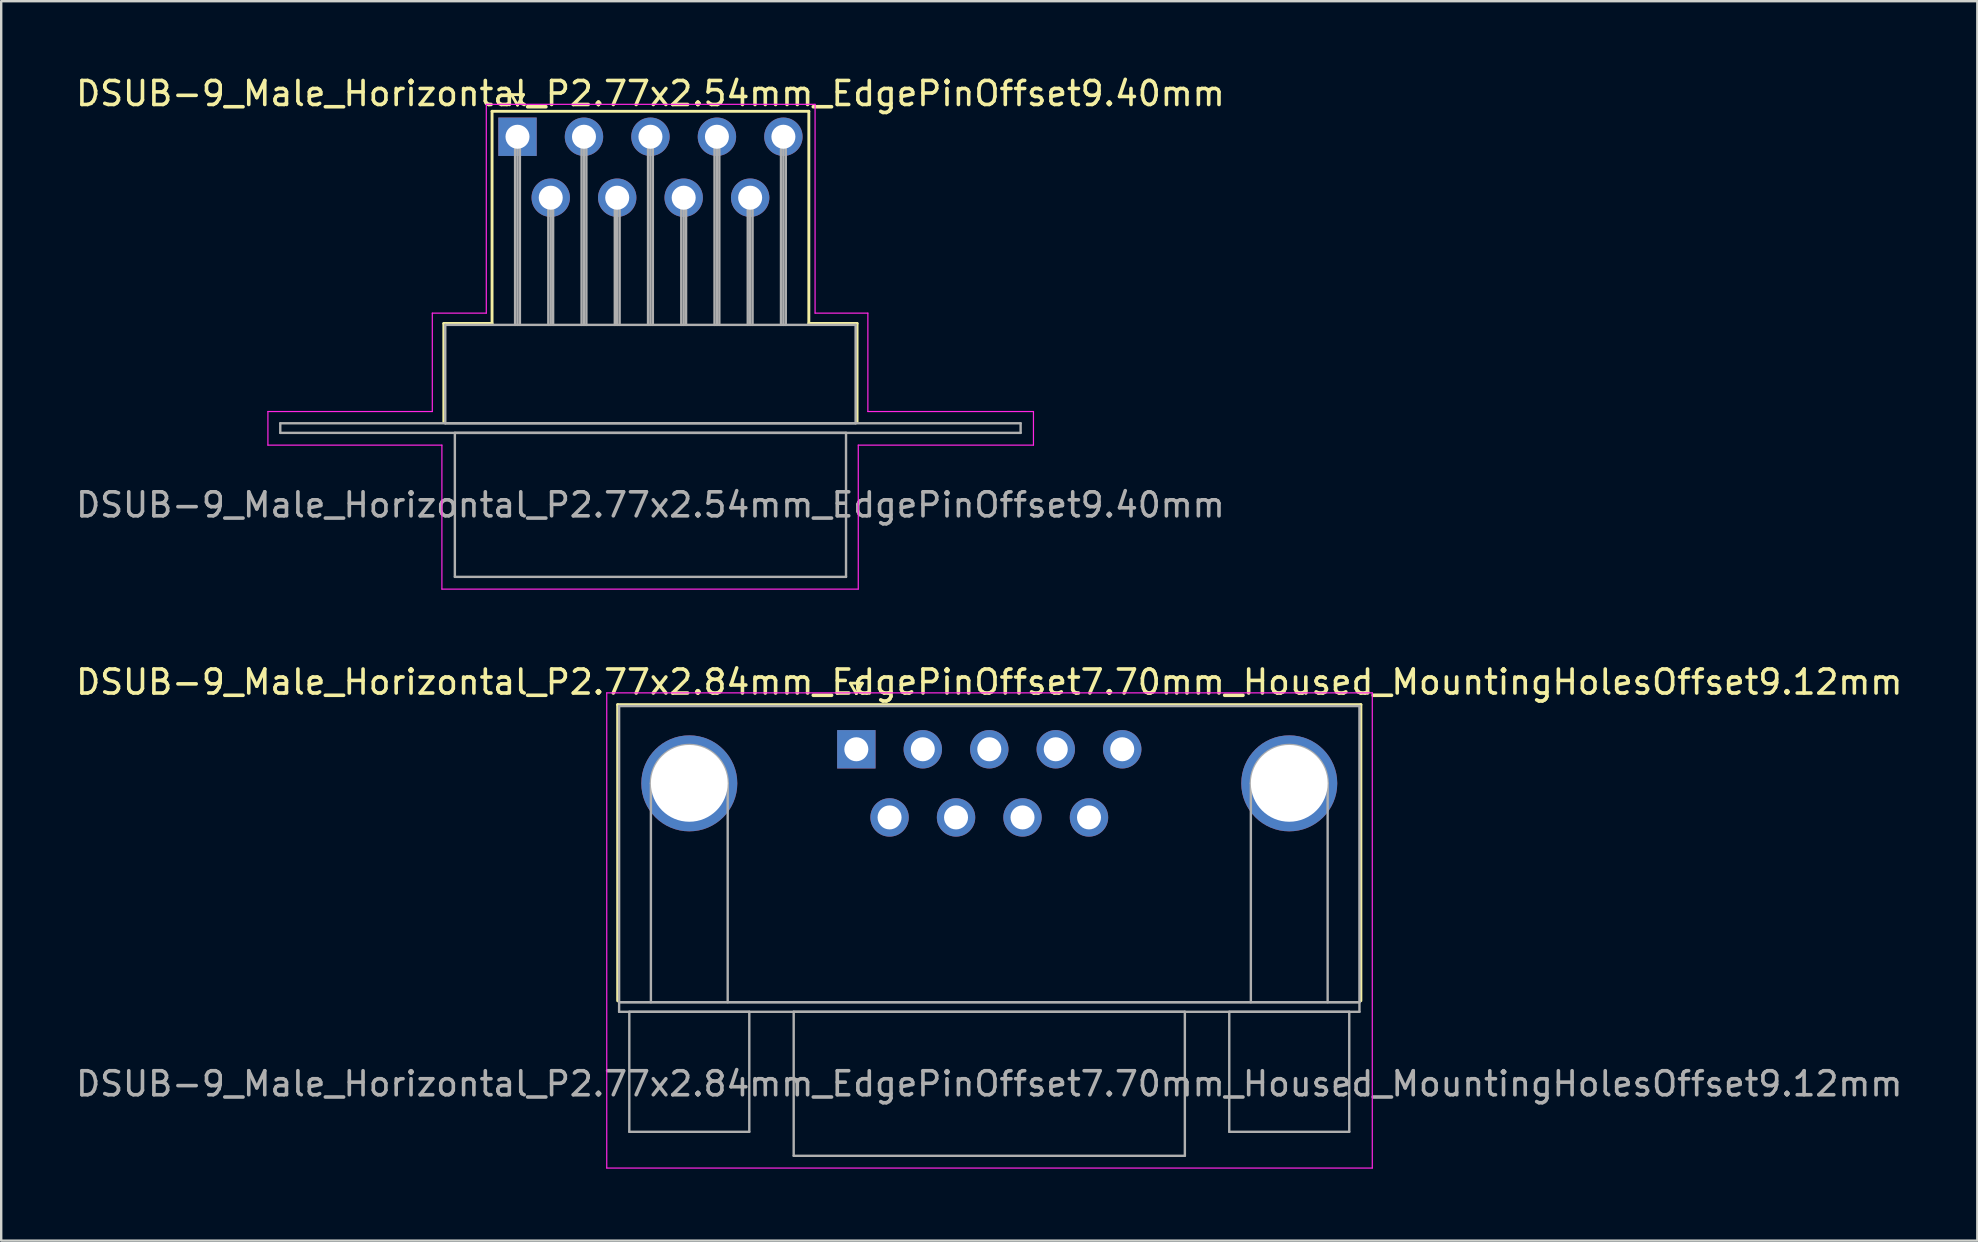
<source format=kicad_pcb>
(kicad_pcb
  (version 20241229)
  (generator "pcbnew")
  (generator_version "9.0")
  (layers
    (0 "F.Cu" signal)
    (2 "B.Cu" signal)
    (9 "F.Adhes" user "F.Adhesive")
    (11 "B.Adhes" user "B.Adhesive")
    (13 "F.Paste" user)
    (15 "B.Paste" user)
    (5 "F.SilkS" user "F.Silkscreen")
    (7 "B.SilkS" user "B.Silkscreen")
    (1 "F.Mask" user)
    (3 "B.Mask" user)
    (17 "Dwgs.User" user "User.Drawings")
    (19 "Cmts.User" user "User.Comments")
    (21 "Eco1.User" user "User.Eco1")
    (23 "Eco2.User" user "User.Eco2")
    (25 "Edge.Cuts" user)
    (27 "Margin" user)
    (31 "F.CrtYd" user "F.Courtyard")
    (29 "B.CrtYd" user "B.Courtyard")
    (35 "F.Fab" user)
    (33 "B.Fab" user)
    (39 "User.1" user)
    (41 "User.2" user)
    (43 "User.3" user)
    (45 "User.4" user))
  (footprint "DSUB-9_Male_Horizontal_P2.77x2.54mm_EdgePinOffset9.40mm"
    (layer "F.Cu")
    (at 18.514 2.648)
    (property "Reference" "DSUB-9_Male_Horizontal_P2.77x2.54mm_EdgePinOffset9.40mm" (at 5.54 -1.8 0) (layer "F.SilkS") (effects (font (size 1 1) (thickness 0.15))))
    (attr through_hole)
    (fp_line (start -3.07 7.78) (end -1.06 7.78) (stroke (width 0.12) (type solid)) (layer "F.SilkS"))
    (fp_line (start -3.07 11.88) (end -3.07 7.78) (stroke (width 0.12) (type solid)) (layer "F.SilkS"))
    (fp_line (start -1.06 -1.06) (end 12.14 -1.06) (stroke (width 0.12) (type solid)) (layer "F.SilkS"))
    (fp_line (start -1.06 7.78) (end -1.06 -1.06) (stroke (width 0.12) (type solid)) (layer "F.SilkS"))
    (fp_line (start -0.25 -1.754) (end 0.25 -1.754) (stroke (width 0.12) (type solid)) (layer "F.SilkS"))
    (fp_line (start 0 -1.321) (end -0.25 -1.754) (stroke (width 0.12) (type solid)) (layer "F.SilkS"))
    (fp_line (start 0.25 -1.754) (end 0 -1.321) (stroke (width 0.12) (type solid)) (layer "F.SilkS"))
    (fp_line (start 12.14 -1.06) (end 12.14 7.78) (stroke (width 0.12) (type solid)) (layer "F.SilkS"))
    (fp_line (start 12.14 7.78) (end 14.15 7.78) (stroke (width 0.12) (type solid)) (layer "F.SilkS"))
    (fp_line (start 14.15 7.78) (end 14.15 11.88) (stroke (width 0.12) (type solid)) (layer "F.SilkS"))
    (fp_line (start -10.4 11.45) (end -3.55 11.45) (stroke (width 0.05) (type solid)) (layer "F.CrtYd"))
    (fp_line (start -10.4 12.85) (end -10.4 11.45) (stroke (width 0.05) (type solid)) (layer "F.CrtYd"))
    (fp_line (start -3.55 7.35) (end -1.3 7.35) (stroke (width 0.05) (type solid)) (layer "F.CrtYd"))
    (fp_line (start -3.55 11.45) (end -3.55 7.35) (stroke (width 0.05) (type solid)) (layer "F.CrtYd"))
    (fp_line (start -3.15 12.85) (end -10.4 12.85) (stroke (width 0.05) (type solid)) (layer "F.CrtYd"))
    (fp_line (start -3.15 18.85) (end -3.15 12.85) (stroke (width 0.05) (type solid)) (layer "F.CrtYd"))
    (fp_line (start -1.3 -1.35) (end 12.4 -1.35) (stroke (width 0.05) (type solid)) (layer "F.CrtYd"))
    (fp_line (start -1.3 7.35) (end -1.3 -1.35) (stroke (width 0.05) (type solid)) (layer "F.CrtYd"))
    (fp_line (start 12.4 -1.35) (end 12.4 7.35) (stroke (width 0.05) (type solid)) (layer "F.CrtYd"))
    (fp_line (start 12.4 7.35) (end 14.6 7.35) (stroke (width 0.05) (type solid)) (layer "F.CrtYd"))
    (fp_line (start 14.2 12.85) (end 14.2 18.85) (stroke (width 0.05) (type solid)) (layer "F.CrtYd"))
    (fp_line (start 14.2 18.85) (end -3.15 18.85) (stroke (width 0.05) (type solid)) (layer "F.CrtYd"))
    (fp_line (start 14.6 7.35) (end 14.6 11.45) (stroke (width 0.05) (type solid)) (layer "F.CrtYd"))
    (fp_line (start 14.6 11.45) (end 21.5 11.45) (stroke (width 0.05) (type solid)) (layer "F.CrtYd"))
    (fp_line (start 21.5 11.45) (end 21.5 12.85) (stroke (width 0.05) (type solid)) (layer "F.CrtYd"))
    (fp_line (start 21.5 12.85) (end 14.2 12.85) (stroke (width 0.05) (type solid)) (layer "F.CrtYd"))
    (fp_line (start -9.885 11.94) (end -9.885 12.34) (stroke (width 0.1) (type solid)) (layer "F.Fab"))
    (fp_line (start -9.885 12.34) (end 20.965 12.34) (stroke (width 0.1) (type solid)) (layer "F.Fab"))
    (fp_line (start -3.01 7.84) (end -3.01 11.94) (stroke (width 0.1) (type solid)) (layer "F.Fab"))
    (fp_line (start -3.01 11.94) (end 14.09 11.94) (stroke (width 0.1) (type solid)) (layer "F.Fab"))
    (fp_line (start -2.61 12.34) (end -2.61 18.34) (stroke (width 0.1) (type solid)) (layer "F.Fab"))
    (fp_line (start -2.61 18.34) (end 13.69 18.34) (stroke (width 0.1) (type solid)) (layer "F.Fab"))
    (fp_line (start -0.1 0) (end -0.1 7.84) (stroke (width 0.1) (type solid)) (layer "F.Fab"))
    (fp_line (start 0 0) (end 0 7.84) (stroke (width 0.1) (type solid)) (layer "F.Fab"))
    (fp_line (start 0.1 0) (end 0.1 7.84) (stroke (width 0.1) (type solid)) (layer "F.Fab"))
    (fp_line (start 1.285 2.54) (end 1.285 7.84) (stroke (width 0.1) (type solid)) (layer "F.Fab"))
    (fp_line (start 1.385 2.54) (end 1.385 7.84) (stroke (width 0.1) (type solid)) (layer "F.Fab"))
    (fp_line (start 1.485 2.54) (end 1.485 7.84) (stroke (width 0.1) (type solid)) (layer "F.Fab"))
    (fp_line (start 2.67 0) (end 2.67 7.84) (stroke (width 0.1) (type solid)) (layer "F.Fab"))
    (fp_line (start 2.77 0) (end 2.77 7.84) (stroke (width 0.1) (type solid)) (layer "F.Fab"))
    (fp_line (start 2.87 0) (end 2.87 7.84) (stroke (width 0.1) (type solid)) (layer "F.Fab"))
    (fp_line (start 4.055 2.54) (end 4.055 7.84) (stroke (width 0.1) (type solid)) (layer "F.Fab"))
    (fp_line (start 4.155 2.54) (end 4.155 7.84) (stroke (width 0.1) (type solid)) (layer "F.Fab"))
    (fp_line (start 4.255 2.54) (end 4.255 7.84) (stroke (width 0.1) (type solid)) (layer "F.Fab"))
    (fp_line (start 5.44 0) (end 5.44 7.84) (stroke (width 0.1) (type solid)) (layer "F.Fab"))
    (fp_line (start 5.54 0) (end 5.54 7.84) (stroke (width 0.1) (type solid)) (layer "F.Fab"))
    (fp_line (start 5.64 0) (end 5.64 7.84) (stroke (width 0.1) (type solid)) (layer "F.Fab"))
    (fp_line (start 6.825 2.54) (end 6.825 7.84) (stroke (width 0.1) (type solid)) (layer "F.Fab"))
    (fp_line (start 6.925 2.54) (end 6.925 7.84) (stroke (width 0.1) (type solid)) (layer "F.Fab"))
    (fp_line (start 7.025 2.54) (end 7.025 7.84) (stroke (width 0.1) (type solid)) (layer "F.Fab"))
    (fp_line (start 8.21 0) (end 8.21 7.84) (stroke (width 0.1) (type solid)) (layer "F.Fab"))
    (fp_line (start 8.31 0) (end 8.31 7.84) (stroke (width 0.1) (type solid)) (layer "F.Fab"))
    (fp_line (start 8.41 0) (end 8.41 7.84) (stroke (width 0.1) (type solid)) (layer "F.Fab"))
    (fp_line (start 9.595 2.54) (end 9.595 7.84) (stroke (width 0.1) (type solid)) (layer "F.Fab"))
    (fp_line (start 9.695 2.54) (end 9.695 7.84) (stroke (width 0.1) (type solid)) (layer "F.Fab"))
    (fp_line (start 9.795 2.54) (end 9.795 7.84) (stroke (width 0.1) (type solid)) (layer "F.Fab"))
    (fp_line (start 10.98 0) (end 10.98 7.84) (stroke (width 0.1) (type solid)) (layer "F.Fab"))
    (fp_line (start 11.08 0) (end 11.08 7.84) (stroke (width 0.1) (type solid)) (layer "F.Fab"))
    (fp_line (start 11.18 0) (end 11.18 7.84) (stroke (width 0.1) (type solid)) (layer "F.Fab"))
    (fp_line (start 13.69 12.34) (end -2.61 12.34) (stroke (width 0.1) (type solid)) (layer "F.Fab"))
    (fp_line (start 13.69 18.34) (end 13.69 12.34) (stroke (width 0.1) (type solid)) (layer "F.Fab"))
    (fp_line (start 14.09 7.84) (end -3.01 7.84) (stroke (width 0.1) (type solid)) (layer "F.Fab"))
    (fp_line (start 14.09 11.94) (end 14.09 7.84) (stroke (width 0.1) (type solid)) (layer "F.Fab"))
    (fp_line (start 20.965 11.94) (end -9.885 11.94) (stroke (width 0.1) (type solid)) (layer "F.Fab"))
    (fp_line (start 20.965 12.34) (end 20.965 11.94) (stroke (width 0.1) (type solid)) (layer "F.Fab"))
    (fp_text user "${REFERENCE}" (at 5.54 15.34 0) (layer "F.Fab") (effects (font (size 1 1) (thickness 0.15))))
    (pad "1" thru_hole rect (at 0 0) (size 1.6 1.6) (drill 1) (layers "*.Cu" "*.Mask"))
    (pad "2" thru_hole circle (at 2.77 0) (size 1.6 1.6) (drill 1) (layers "*.Cu" "*.Mask"))
    (pad "3" thru_hole circle (at 5.54 0) (size 1.6 1.6) (drill 1) (layers "*.Cu" "*.Mask"))
    (pad "4" thru_hole circle (at 8.31 0) (size 1.6 1.6) (drill 1) (layers "*.Cu" "*.Mask"))
    (pad "5" thru_hole circle (at 11.08 0) (size 1.6 1.6) (drill 1) (layers "*.Cu" "*.Mask"))
    (pad "6" thru_hole circle (at 1.385 2.54) (size 1.6 1.6) (drill 1) (layers "*.Cu" "*.Mask"))
    (pad "7" thru_hole circle (at 4.155 2.54) (size 1.6 1.6) (drill 1) (layers "*.Cu" "*.Mask"))
    (pad "8" thru_hole circle (at 6.925 2.54) (size 1.6 1.6) (drill 1) (layers "*.Cu" "*.Mask"))
    (pad "9" thru_hole circle (at 9.695 2.54) (size 1.6 1.6) (drill 1) (layers "*.Cu" "*.Mask")))
  (footprint "DSUB-9_Male_Horizontal_P2.77x2.84mm_EdgePinOffset7.70mm_Housed_MountingHolesOffset9.12mm"
    (layer "F.Cu")
    (at 32.633 28.172)
    (property "Reference" "DSUB-9_Male_Horizontal_P2.77x2.84mm_EdgePinOffset7.70mm_Housed_MountingHolesOffset9.12mm" (at 5.54 -2.8 0) (layer "F.SilkS") (effects (font (size 1 1) (thickness 0.15))))
    (attr through_hole)
    (fp_line (start -9.945 -1.86) (end 21.025 -1.86) (stroke (width 0.12) (type solid)) (layer "F.SilkS"))
    (fp_line (start -9.945 10.48) (end -9.945 -1.86) (stroke (width 0.12) (type solid)) (layer "F.SilkS"))
    (fp_line (start -0.25 -2.754) (end 0.25 -2.754) (stroke (width 0.12) (type solid)) (layer "F.SilkS"))
    (fp_line (start 0 -2.321) (end -0.25 -2.754) (stroke (width 0.12) (type solid)) (layer "F.SilkS"))
    (fp_line (start 0.25 -2.754) (end 0 -2.321) (stroke (width 0.12) (type solid)) (layer "F.SilkS"))
    (fp_line (start 21.025 -1.86) (end 21.025 10.48) (stroke (width 0.12) (type solid)) (layer "F.SilkS"))
    (fp_line (start -10.4 -2.35) (end -10.4 17.45) (stroke (width 0.05) (type solid)) (layer "F.CrtYd"))
    (fp_line (start -10.4 17.45) (end 21.5 17.45) (stroke (width 0.05) (type solid)) (layer "F.CrtYd"))
    (fp_line (start 21.5 -2.35) (end -10.4 -2.35) (stroke (width 0.05) (type solid)) (layer "F.CrtYd"))
    (fp_line (start 21.5 17.45) (end 21.5 -2.35) (stroke (width 0.05) (type solid)) (layer "F.CrtYd"))
    (fp_line (start -9.885 -1.8) (end -9.885 10.54) (stroke (width 0.1) (type solid)) (layer "F.Fab"))
    (fp_line (start -9.885 10.54) (end -9.885 10.94) (stroke (width 0.1) (type solid)) (layer "F.Fab"))
    (fp_line (start -9.885 10.54) (end 20.965 10.54) (stroke (width 0.1) (type solid)) (layer "F.Fab"))
    (fp_line (start -9.885 10.94) (end 20.965 10.94) (stroke (width 0.1) (type solid)) (layer "F.Fab"))
    (fp_line (start -9.46 10.94) (end -9.46 15.94) (stroke (width 0.1) (type solid)) (layer "F.Fab"))
    (fp_line (start -9.46 15.94) (end -4.46 15.94) (stroke (width 0.1) (type solid)) (layer "F.Fab"))
    (fp_line (start -8.56 10.54) (end -8.56 1.42) (stroke (width 0.1) (type solid)) (layer "F.Fab"))
    (fp_line (start -5.36 10.54) (end -5.36 1.42) (stroke (width 0.1) (type solid)) (layer "F.Fab"))
    (fp_line (start -4.46 10.94) (end -9.46 10.94) (stroke (width 0.1) (type solid)) (layer "F.Fab"))
    (fp_line (start -4.46 15.94) (end -4.46 10.94) (stroke (width 0.1) (type solid)) (layer "F.Fab"))
    (fp_line (start -2.61 10.94) (end -2.61 16.94) (stroke (width 0.1) (type solid)) (layer "F.Fab"))
    (fp_line (start -2.61 16.94) (end 13.69 16.94) (stroke (width 0.1) (type solid)) (layer "F.Fab"))
    (fp_line (start 13.69 10.94) (end -2.61 10.94) (stroke (width 0.1) (type solid)) (layer "F.Fab"))
    (fp_line (start 13.69 16.94) (end 13.69 10.94) (stroke (width 0.1) (type solid)) (layer "F.Fab"))
    (fp_line (start 15.54 10.94) (end 15.54 15.94) (stroke (width 0.1) (type solid)) (layer "F.Fab"))
    (fp_line (start 15.54 15.94) (end 20.54 15.94) (stroke (width 0.1) (type solid)) (layer "F.Fab"))
    (fp_line (start 16.44 10.54) (end 16.44 1.42) (stroke (width 0.1) (type solid)) (layer "F.Fab"))
    (fp_line (start 19.64 10.54) (end 19.64 1.42) (stroke (width 0.1) (type solid)) (layer "F.Fab"))
    (fp_line (start 20.54 10.94) (end 15.54 10.94) (stroke (width 0.1) (type solid)) (layer "F.Fab"))
    (fp_line (start 20.54 15.94) (end 20.54 10.94) (stroke (width 0.1) (type solid)) (layer "F.Fab"))
    (fp_line (start 20.965 -1.8) (end -9.885 -1.8) (stroke (width 0.1) (type solid)) (layer "F.Fab"))
    (fp_line (start 20.965 10.54) (end -9.885 10.54) (stroke (width 0.1) (type solid)) (layer "F.Fab"))
    (fp_line (start 20.965 10.54) (end 20.965 -1.8) (stroke (width 0.1) (type solid)) (layer "F.Fab"))
    (fp_line (start 20.965 10.94) (end 20.965 10.54) (stroke (width 0.1) (type solid)) (layer "F.Fab"))
    (fp_arc (start -8.56 1.42) (mid -6.96 -0.18) (end -5.36 1.42) (stroke (width 0.1) (type solid)) (layer "F.Fab"))
    (fp_arc (start 16.44 1.42) (mid 18.04 -0.18) (end 19.64 1.42) (stroke (width 0.1) (type solid)) (layer "F.Fab"))
    (fp_text user "${REFERENCE}" (at 5.54 13.94 0) (layer "F.Fab") (effects (font (size 1 1) (thickness 0.15))))
    (pad "0" thru_hole circle (at -6.96 1.42) (size 4 4) (drill 3.2) (layers "*.Cu" "*.Mask"))
    (pad "0" thru_hole circle (at 18.04 1.42) (size 4 4) (drill 3.2) (layers "*.Cu" "*.Mask"))
    (pad "1" thru_hole rect (at 0 0) (size 1.6 1.6) (drill 1) (layers "*.Cu" "*.Mask"))
    (pad "2" thru_hole circle (at 2.77 0) (size 1.6 1.6) (drill 1) (layers "*.Cu" "*.Mask"))
    (pad "3" thru_hole circle (at 5.54 0) (size 1.6 1.6) (drill 1) (layers "*.Cu" "*.Mask"))
    (pad "4" thru_hole circle (at 8.31 0) (size 1.6 1.6) (drill 1) (layers "*.Cu" "*.Mask"))
    (pad "5" thru_hole circle (at 11.08 0) (size 1.6 1.6) (drill 1) (layers "*.Cu" "*.Mask"))
    (pad "6" thru_hole circle (at 1.385 2.84) (size 1.6 1.6) (drill 1) (layers "*.Cu" "*.Mask"))
    (pad "7" thru_hole circle (at 4.155 2.84) (size 1.6 1.6) (drill 1) (layers "*.Cu" "*.Mask"))
    (pad "8" thru_hole circle (at 6.925 2.84) (size 1.6 1.6) (drill 1) (layers "*.Cu" "*.Mask"))
    (pad "9" thru_hole circle (at 9.695 2.84) (size 1.6 1.6) (drill 1) (layers "*.Cu" "*.Mask")))
  (gr_rect
    (start -3 -3)
    (end 79.345 48.647)
    (stroke (width 0.1) (type default))
    (fill no)
    (layer "Edge.Cuts")))
</source>
